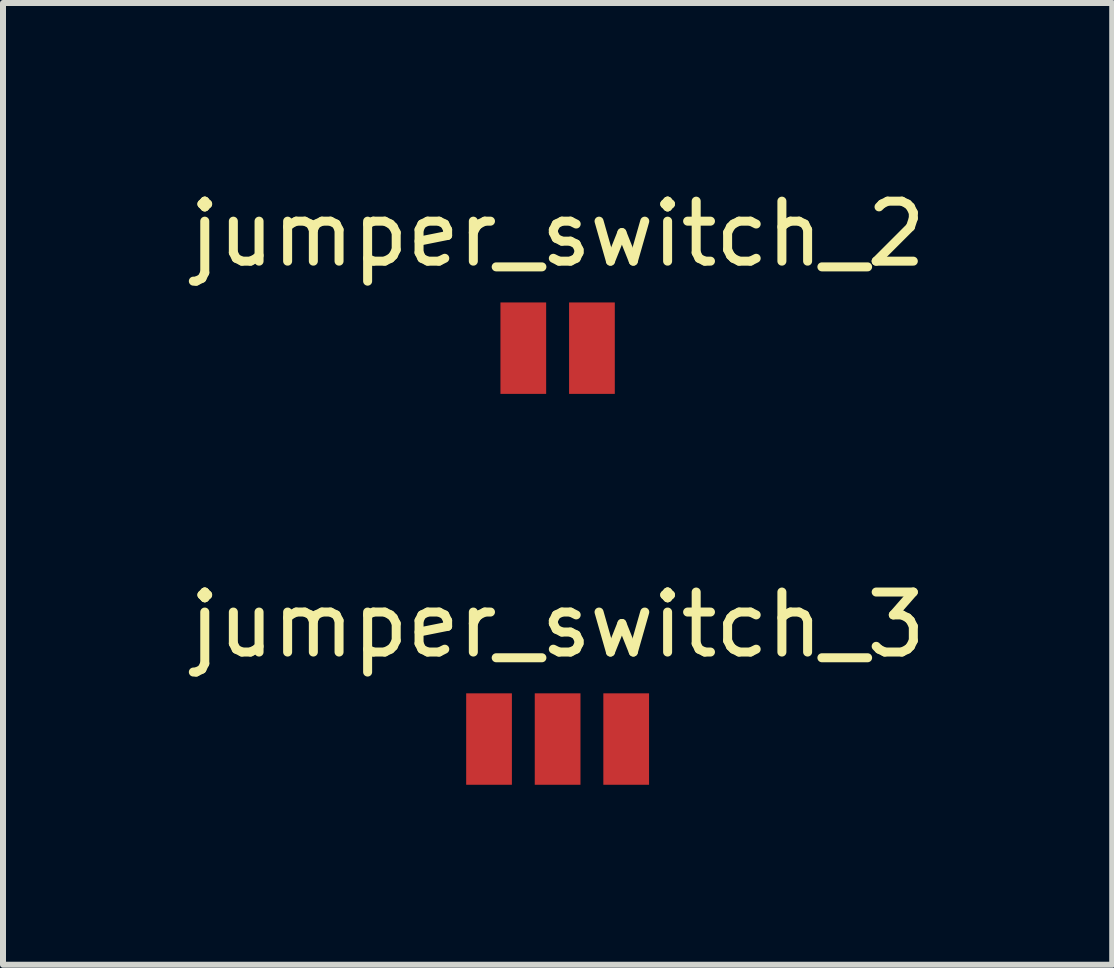
<source format=kicad_pcb>
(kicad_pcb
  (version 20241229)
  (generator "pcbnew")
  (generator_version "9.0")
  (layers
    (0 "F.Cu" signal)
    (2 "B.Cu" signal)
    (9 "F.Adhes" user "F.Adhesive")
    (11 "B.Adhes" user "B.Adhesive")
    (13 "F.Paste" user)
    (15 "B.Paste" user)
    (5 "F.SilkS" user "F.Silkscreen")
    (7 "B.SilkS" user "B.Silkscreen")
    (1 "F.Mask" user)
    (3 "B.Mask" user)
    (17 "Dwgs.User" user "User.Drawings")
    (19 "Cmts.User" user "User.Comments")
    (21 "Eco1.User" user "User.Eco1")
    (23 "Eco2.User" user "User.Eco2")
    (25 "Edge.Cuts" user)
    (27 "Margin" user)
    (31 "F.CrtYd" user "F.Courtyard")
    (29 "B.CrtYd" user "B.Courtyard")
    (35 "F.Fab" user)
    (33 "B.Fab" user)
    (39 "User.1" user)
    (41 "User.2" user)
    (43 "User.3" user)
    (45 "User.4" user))
  (footprint "jumper_switch_2"
    (layer "F.Cu")
    (at 6.244 2.753)
    (property "Reference" "jumper_switch_2" (at 0 -1.905 0) (layer "F.SilkS") (effects (font (size 1 1) (thickness 0.15))))
    (attr through_hole)
    (pad "1" connect rect (at -0.572 0) (size 0.762 1.524) (layers "F.Cu" "F.Mask"))
    (pad "2" connect rect (at 0.572 0) (size 0.762 1.524) (layers "F.Cu" "F.Mask")))
  (footprint "jumper_switch_3"
    (layer "F.Cu")
    (at 6.244 9.268)
    (property "Reference" "jumper_switch_3" (at 0 -1.905 0) (layer "F.SilkS") (effects (font (size 1 1) (thickness 0.15))))
    (attr through_hole)
    (pad "1" connect rect (at -1.143 0) (size 0.762 1.524) (layers "F.Cu" "F.Mask"))
    (pad "2" connect rect (at 0 0) (size 0.762 1.524) (layers "F.Cu" "F.Mask"))
    (pad "3" connect rect (at 1.143 0) (size 0.762 1.524) (layers "F.Cu" "F.Mask")))
  (gr_rect
    (start -3 -3)
    (end 15.488 13.03)
    (stroke (width 0.1) (type default))
    (fill no)
    (layer "Edge.Cuts")))
</source>
